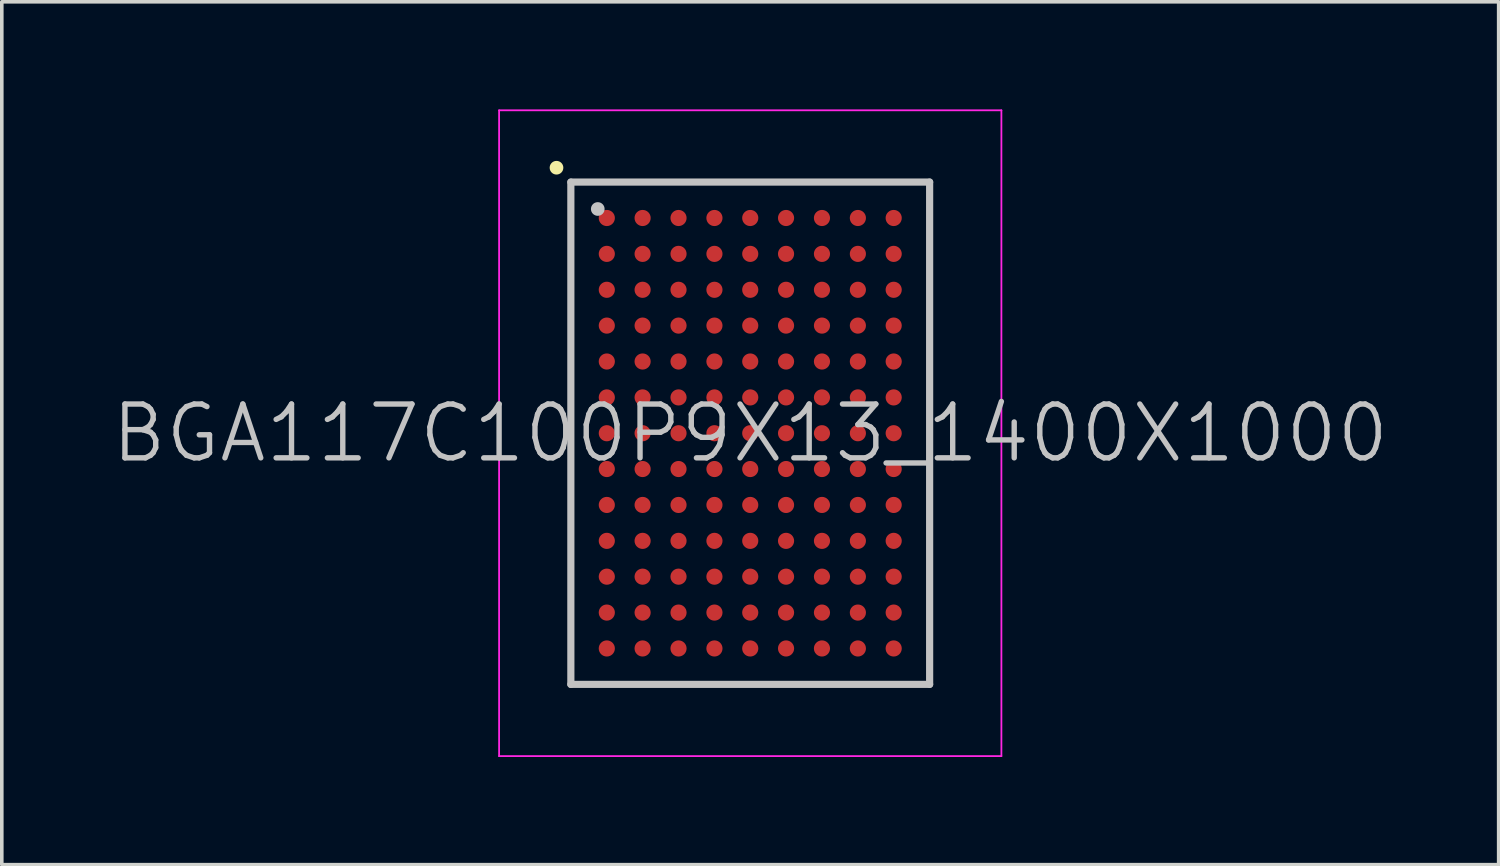
<source format=kicad_pcb>
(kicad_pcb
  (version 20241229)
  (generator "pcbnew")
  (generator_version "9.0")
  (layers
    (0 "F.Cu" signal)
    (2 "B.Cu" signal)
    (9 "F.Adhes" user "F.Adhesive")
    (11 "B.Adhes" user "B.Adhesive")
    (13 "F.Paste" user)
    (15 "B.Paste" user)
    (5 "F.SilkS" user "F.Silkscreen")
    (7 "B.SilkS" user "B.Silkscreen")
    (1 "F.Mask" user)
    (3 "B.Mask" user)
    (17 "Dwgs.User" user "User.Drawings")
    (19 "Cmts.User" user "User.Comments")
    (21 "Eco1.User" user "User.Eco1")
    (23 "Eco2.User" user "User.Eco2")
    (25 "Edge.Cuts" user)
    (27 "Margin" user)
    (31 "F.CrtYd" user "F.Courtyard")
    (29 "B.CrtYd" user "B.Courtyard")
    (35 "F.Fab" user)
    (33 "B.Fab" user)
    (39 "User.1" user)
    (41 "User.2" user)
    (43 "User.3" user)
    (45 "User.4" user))
  (footprint "BGA117C100P9X13_1400X1000"
    (layer "F.Cu")
    (at 17.861 9.025)
    (property "Reference" "BGA117C100P9X13_1400X1000" (at 0 0 0) (layer "Dwgs.User") (effects (font (size 1.5 1.5) (thickness 0.15))))
    (attr smd)
    (fp_line (start -5.4 -7.4) (end -5.4 -7.4) (stroke (width 0.381) (type solid)) (layer "F.SilkS"))
    (fp_line (start -5 -7) (end -5 7) (stroke (width 0.2) (type solid)) (layer "Dwgs.User"))
    (fp_line (start -5 -7) (end 5 -7) (stroke (width 0.2) (type solid)) (layer "Dwgs.User"))
    (fp_line (start -5 7) (end 5 7) (stroke (width 0.2) (type solid)) (layer "Dwgs.User"))
    (fp_line (start -4.25 -6.25) (end -4.25 -6.25) (stroke (width 0.381) (type solid)) (layer "Dwgs.User"))
    (fp_line (start 5 -7) (end 5 7) (stroke (width 0.2) (type solid)) (layer "Dwgs.User"))
    (fp_line (start -7 -9) (end -7 9) (stroke (width 0.05) (type solid)) (layer "F.CrtYd"))
    (fp_line (start -7 -9) (end 7 -9) (stroke (width 0.05) (type solid)) (layer "F.CrtYd"))
    (fp_line (start -7 9) (end 7 9) (stroke (width 0.05) (type solid)) (layer "F.CrtYd"))
    (fp_line (start 7 -9) (end 7 9) (stroke (width 0.05) (type solid)) (layer "F.CrtYd"))
    (pad "A1" smd circle (at -3.998 -5.999 270) (size 0.45 0.45) (layers "F.Cu" "F.Mask" "F.Paste"))
    (pad "A2" smd circle (at -3 -5.999 270) (size 0.45 0.45) (layers "F.Cu" "F.Mask" "F.Paste"))
    (pad "A3" smd circle (at -1.999 -5.999 270) (size 0.45 0.45) (layers "F.Cu" "F.Mask" "F.Paste"))
    (pad "A4" smd circle (at -0.998 -5.999 270) (size 0.45 0.45) (layers "F.Cu" "F.Mask" "F.Paste"))
    (pad "A5" smd circle (at 0 -5.999 270) (size 0.45 0.45) (layers "F.Cu" "F.Mask" "F.Paste"))
    (pad "A6" smd circle (at 0.998 -5.999 270) (size 0.45 0.45) (layers "F.Cu" "F.Mask" "F.Paste"))
    (pad "A7" smd circle (at 1.999 -5.999 270) (size 0.45 0.45) (layers "F.Cu" "F.Mask" "F.Paste"))
    (pad "A8" smd circle (at 3 -5.999 270) (size 0.45 0.45) (layers "F.Cu" "F.Mask" "F.Paste"))
    (pad "A9" smd circle (at 3.998 -5.999 270) (size 0.45 0.45) (layers "F.Cu" "F.Mask" "F.Paste"))
    (pad "B1" smd circle (at -3.998 -4.999 270) (size 0.45 0.45) (layers "F.Cu" "F.Mask" "F.Paste"))
    (pad "B2" smd circle (at -3 -4.999 270) (size 0.45 0.45) (layers "F.Cu" "F.Mask" "F.Paste"))
    (pad "B3" smd circle (at -1.999 -4.999 270) (size 0.45 0.45) (layers "F.Cu" "F.Mask" "F.Paste"))
    (pad "B4" smd circle (at -0.998 -4.999 270) (size 0.45 0.45) (layers "F.Cu" "F.Mask" "F.Paste"))
    (pad "B5" smd circle (at 0 -4.999 270) (size 0.45 0.45) (layers "F.Cu" "F.Mask" "F.Paste"))
    (pad "B6" smd circle (at 0.998 -4.999 270) (size 0.45 0.45) (layers "F.Cu" "F.Mask" "F.Paste"))
    (pad "B7" smd circle (at 1.999 -4.999 270) (size 0.45 0.45) (layers "F.Cu" "F.Mask" "F.Paste"))
    (pad "B8" smd circle (at 3 -4.999 270) (size 0.45 0.45) (layers "F.Cu" "F.Mask" "F.Paste"))
    (pad "B9" smd circle (at 3.998 -4.999 270) (size 0.45 0.45) (layers "F.Cu" "F.Mask" "F.Paste"))
    (pad "C1" smd circle (at -3.998 -3.998 270) (size 0.45 0.45) (layers "F.Cu" "F.Mask" "F.Paste"))
    (pad "C2" smd circle (at -3 -3.998 270) (size 0.45 0.45) (layers "F.Cu" "F.Mask" "F.Paste"))
    (pad "C3" smd circle (at -1.999 -3.998 270) (size 0.45 0.45) (layers "F.Cu" "F.Mask" "F.Paste"))
    (pad "C4" smd circle (at -0.998 -3.998 270) (size 0.45 0.45) (layers "F.Cu" "F.Mask" "F.Paste"))
    (pad "C5" smd circle (at 0 -3.998 270) (size 0.45 0.45) (layers "F.Cu" "F.Mask" "F.Paste"))
    (pad "C6" smd circle (at 0.998 -3.998 270) (size 0.45 0.45) (layers "F.Cu" "F.Mask" "F.Paste"))
    (pad "C7" smd circle (at 1.999 -3.998 270) (size 0.45 0.45) (layers "F.Cu" "F.Mask" "F.Paste"))
    (pad "C8" smd circle (at 3 -3.998 270) (size 0.45 0.45) (layers "F.Cu" "F.Mask" "F.Paste"))
    (pad "C9" smd circle (at 3.998 -3.998 270) (size 0.45 0.45) (layers "F.Cu" "F.Mask" "F.Paste"))
    (pad "D1" smd circle (at -3.998 -3 270) (size 0.45 0.45) (layers "F.Cu" "F.Mask" "F.Paste"))
    (pad "D2" smd circle (at -3 -3 270) (size 0.45 0.45) (layers "F.Cu" "F.Mask" "F.Paste"))
    (pad "D3" smd circle (at -1.999 -3 270) (size 0.45 0.45) (layers "F.Cu" "F.Mask" "F.Paste"))
    (pad "D4" smd circle (at -0.998 -3 270) (size 0.45 0.45) (layers "F.Cu" "F.Mask" "F.Paste"))
    (pad "D5" smd circle (at 0 -3 270) (size 0.45 0.45) (layers "F.Cu" "F.Mask" "F.Paste"))
    (pad "D6" smd circle (at 0.998 -3 270) (size 0.45 0.45) (layers "F.Cu" "F.Mask" "F.Paste"))
    (pad "D7" smd circle (at 1.999 -3 270) (size 0.45 0.45) (layers "F.Cu" "F.Mask" "F.Paste"))
    (pad "D8" smd circle (at 3 -3 270) (size 0.45 0.45) (layers "F.Cu" "F.Mask" "F.Paste"))
    (pad "D9" smd circle (at 3.998 -3 270) (size 0.45 0.45) (layers "F.Cu" "F.Mask" "F.Paste"))
    (pad "E1" smd circle (at -3.998 -1.999 270) (size 0.45 0.45) (layers "F.Cu" "F.Mask" "F.Paste"))
    (pad "E2" smd circle (at -3 -1.999 270) (size 0.45 0.45) (layers "F.Cu" "F.Mask" "F.Paste"))
    (pad "E3" smd circle (at -1.999 -1.999 270) (size 0.45 0.45) (layers "F.Cu" "F.Mask" "F.Paste"))
    (pad "E4" smd circle (at -0.998 -1.999 270) (size 0.45 0.45) (layers "F.Cu" "F.Mask" "F.Paste"))
    (pad "E5" smd circle (at 0 -1.999 270) (size 0.45 0.45) (layers "F.Cu" "F.Mask" "F.Paste"))
    (pad "E6" smd circle (at 0.998 -1.999 270) (size 0.45 0.45) (layers "F.Cu" "F.Mask" "F.Paste"))
    (pad "E7" smd circle (at 1.999 -1.999 270) (size 0.45 0.45) (layers "F.Cu" "F.Mask" "F.Paste"))
    (pad "E8" smd circle (at 3 -1.999 270) (size 0.45 0.45) (layers "F.Cu" "F.Mask" "F.Paste"))
    (pad "E9" smd circle (at 3.998 -1.999 270) (size 0.45 0.45) (layers "F.Cu" "F.Mask" "F.Paste"))
    (pad "F1" smd circle (at -3.998 -0.998 270) (size 0.45 0.45) (layers "F.Cu" "F.Mask" "F.Paste"))
    (pad "F2" smd circle (at -3 -0.998 270) (size 0.45 0.45) (layers "F.Cu" "F.Mask" "F.Paste"))
    (pad "F3" smd circle (at -1.999 -0.998 270) (size 0.45 0.45) (layers "F.Cu" "F.Mask" "F.Paste"))
    (pad "F4" smd circle (at -0.998 -0.998 270) (size 0.45 0.45) (layers "F.Cu" "F.Mask" "F.Paste"))
    (pad "F5" smd circle (at 0 -0.998 270) (size 0.45 0.45) (layers "F.Cu" "F.Mask" "F.Paste"))
    (pad "F6" smd circle (at 0.998 -0.998 270) (size 0.45 0.45) (layers "F.Cu" "F.Mask" "F.Paste"))
    (pad "F7" smd circle (at 1.999 -0.998 270) (size 0.45 0.45) (layers "F.Cu" "F.Mask" "F.Paste"))
    (pad "F8" smd circle (at 3 -0.998 270) (size 0.45 0.45) (layers "F.Cu" "F.Mask" "F.Paste"))
    (pad "F9" smd circle (at 3.998 -0.998 270) (size 0.45 0.45) (layers "F.Cu" "F.Mask" "F.Paste"))
    (pad "G1" smd circle (at -3.998 0 270) (size 0.45 0.45) (layers "F.Cu" "F.Mask" "F.Paste"))
    (pad "G2" smd circle (at -3 0 270) (size 0.45 0.45) (layers "F.Cu" "F.Mask" "F.Paste"))
    (pad "G3" smd circle (at -1.999 0 270) (size 0.45 0.45) (layers "F.Cu" "F.Mask" "F.Paste"))
    (pad "G4" smd circle (at -0.998 0 270) (size 0.45 0.45) (layers "F.Cu" "F.Mask" "F.Paste"))
    (pad "G5" smd circle (at 0 0 270) (size 0.45 0.45) (layers "F.Cu" "F.Mask" "F.Paste"))
    (pad "G6" smd circle (at 0.998 0 270) (size 0.45 0.45) (layers "F.Cu" "F.Mask" "F.Paste"))
    (pad "G7" smd circle (at 1.999 0 270) (size 0.45 0.45) (layers "F.Cu" "F.Mask" "F.Paste"))
    (pad "G8" smd circle (at 3 0 270) (size 0.45 0.45) (layers "F.Cu" "F.Mask" "F.Paste"))
    (pad "G9" smd circle (at 3.998 0 270) (size 0.45 0.45) (layers "F.Cu" "F.Mask" "F.Paste"))
    (pad "H1" smd circle (at -3.998 0.998 270) (size 0.45 0.45) (layers "F.Cu" "F.Mask" "F.Paste"))
    (pad "H2" smd circle (at -3 0.998 270) (size 0.45 0.45) (layers "F.Cu" "F.Mask" "F.Paste"))
    (pad "H3" smd circle (at -1.999 0.998 270) (size 0.45 0.45) (layers "F.Cu" "F.Mask" "F.Paste"))
    (pad "H4" smd circle (at -0.998 0.998 270) (size 0.45 0.45) (layers "F.Cu" "F.Mask" "F.Paste"))
    (pad "H5" smd circle (at 0 0.998 270) (size 0.45 0.45) (layers "F.Cu" "F.Mask" "F.Paste"))
    (pad "H6" smd circle (at 0.998 0.998 270) (size 0.45 0.45) (layers "F.Cu" "F.Mask" "F.Paste"))
    (pad "H7" smd circle (at 1.999 0.998 270) (size 0.45 0.45) (layers "F.Cu" "F.Mask" "F.Paste"))
    (pad "H8" smd circle (at 3 0.998 270) (size 0.45 0.45) (layers "F.Cu" "F.Mask" "F.Paste"))
    (pad "H9" smd circle (at 3.998 0.998 270) (size 0.45 0.45) (layers "F.Cu" "F.Mask" "F.Paste"))
    (pad "J1" smd circle (at -3.998 1.999 270) (size 0.45 0.45) (layers "F.Cu" "F.Mask" "F.Paste"))
    (pad "J2" smd circle (at -3 1.999 270) (size 0.45 0.45) (layers "F.Cu" "F.Mask" "F.Paste"))
    (pad "J3" smd circle (at -1.999 1.999 270) (size 0.45 0.45) (layers "F.Cu" "F.Mask" "F.Paste"))
    (pad "J4" smd circle (at -0.998 1.999 270) (size 0.45 0.45) (layers "F.Cu" "F.Mask" "F.Paste"))
    (pad "J5" smd circle (at 0 1.999 270) (size 0.45 0.45) (layers "F.Cu" "F.Mask" "F.Paste"))
    (pad "J6" smd circle (at 0.998 1.999 270) (size 0.45 0.45) (layers "F.Cu" "F.Mask" "F.Paste"))
    (pad "J7" smd circle (at 1.999 1.999 270) (size 0.45 0.45) (layers "F.Cu" "F.Mask" "F.Paste"))
    (pad "J8" smd circle (at 3 1.999 270) (size 0.45 0.45) (layers "F.Cu" "F.Mask" "F.Paste"))
    (pad "J9" smd circle (at 3.998 1.999 270) (size 0.45 0.45) (layers "F.Cu" "F.Mask" "F.Paste"))
    (pad "K1" smd circle (at -3.998 3 270) (size 0.45 0.45) (layers "F.Cu" "F.Mask" "F.Paste"))
    (pad "K2" smd circle (at -3 3 270) (size 0.45 0.45) (layers "F.Cu" "F.Mask" "F.Paste"))
    (pad "K3" smd circle (at -1.999 3 270) (size 0.45 0.45) (layers "F.Cu" "F.Mask" "F.Paste"))
    (pad "K4" smd circle (at -0.998 3 270) (size 0.45 0.45) (layers "F.Cu" "F.Mask" "F.Paste"))
    (pad "K5" smd circle (at 0 3 270) (size 0.45 0.45) (layers "F.Cu" "F.Mask" "F.Paste"))
    (pad "K6" smd circle (at 0.998 3 270) (size 0.45 0.45) (layers "F.Cu" "F.Mask" "F.Paste"))
    (pad "K7" smd circle (at 1.999 3 270) (size 0.45 0.45) (layers "F.Cu" "F.Mask" "F.Paste"))
    (pad "K8" smd circle (at 3 3 270) (size 0.45 0.45) (layers "F.Cu" "F.Mask" "F.Paste"))
    (pad "K9" smd circle (at 3.998 3 270) (size 0.45 0.45) (layers "F.Cu" "F.Mask" "F.Paste"))
    (pad "L1" smd circle (at -3.998 3.998 270) (size 0.45 0.45) (layers "F.Cu" "F.Mask" "F.Paste"))
    (pad "L2" smd circle (at -3 3.998 270) (size 0.45 0.45) (layers "F.Cu" "F.Mask" "F.Paste"))
    (pad "L3" smd circle (at -1.999 3.998 270) (size 0.45 0.45) (layers "F.Cu" "F.Mask" "F.Paste"))
    (pad "L4" smd circle (at -0.998 3.998 270) (size 0.45 0.45) (layers "F.Cu" "F.Mask" "F.Paste"))
    (pad "L5" smd circle (at 0 3.998 270) (size 0.45 0.45) (layers "F.Cu" "F.Mask" "F.Paste"))
    (pad "L6" smd circle (at 0.998 3.998 270) (size 0.45 0.45) (layers "F.Cu" "F.Mask" "F.Paste"))
    (pad "L7" smd circle (at 1.999 3.998 270) (size 0.45 0.45) (layers "F.Cu" "F.Mask" "F.Paste"))
    (pad "L8" smd circle (at 3 3.998 270) (size 0.45 0.45) (layers "F.Cu" "F.Mask" "F.Paste"))
    (pad "L9" smd circle (at 3.998 3.998 270) (size 0.45 0.45) (layers "F.Cu" "F.Mask" "F.Paste"))
    (pad "M1" smd circle (at -3.998 4.999 270) (size 0.45 0.45) (layers "F.Cu" "F.Mask" "F.Paste"))
    (pad "M2" smd circle (at -3 4.999 270) (size 0.45 0.45) (layers "F.Cu" "F.Mask" "F.Paste"))
    (pad "M3" smd circle (at -1.999 4.999 270) (size 0.45 0.45) (layers "F.Cu" "F.Mask" "F.Paste"))
    (pad "M4" smd circle (at -0.998 4.999 270) (size 0.45 0.45) (layers "F.Cu" "F.Mask" "F.Paste"))
    (pad "M5" smd circle (at 0 4.999 270) (size 0.45 0.45) (layers "F.Cu" "F.Mask" "F.Paste"))
    (pad "M6" smd circle (at 0.998 4.999 270) (size 0.45 0.45) (layers "F.Cu" "F.Mask" "F.Paste"))
    (pad "M7" smd circle (at 1.999 4.999 270) (size 0.45 0.45) (layers "F.Cu" "F.Mask" "F.Paste"))
    (pad "M8" smd circle (at 3 4.999 270) (size 0.45 0.45) (layers "F.Cu" "F.Mask" "F.Paste"))
    (pad "M9" smd circle (at 3.998 4.999 270) (size 0.45 0.45) (layers "F.Cu" "F.Mask" "F.Paste"))
    (pad "N1" smd circle (at -3.998 5.999 270) (size 0.45 0.45) (layers "F.Cu" "F.Mask" "F.Paste"))
    (pad "N2" smd circle (at -3 5.999 270) (size 0.45 0.45) (layers "F.Cu" "F.Mask" "F.Paste"))
    (pad "N3" smd circle (at -1.999 5.999 270) (size 0.45 0.45) (layers "F.Cu" "F.Mask" "F.Paste"))
    (pad "N4" smd circle (at -0.998 5.999 270) (size 0.45 0.45) (layers "F.Cu" "F.Mask" "F.Paste"))
    (pad "N5" smd circle (at 0 5.999 270) (size 0.45 0.45) (layers "F.Cu" "F.Mask" "F.Paste"))
    (pad "N6" smd circle (at 0.998 5.999 270) (size 0.45 0.45) (layers "F.Cu" "F.Mask" "F.Paste"))
    (pad "N7" smd circle (at 1.999 5.999 270) (size 0.45 0.45) (layers "F.Cu" "F.Mask" "F.Paste"))
    (pad "N8" smd circle (at 3 5.999 270) (size 0.45 0.45) (layers "F.Cu" "F.Mask" "F.Paste"))
    (pad "N9" smd circle (at 3.998 5.999 270) (size 0.45 0.45) (layers "F.Cu" "F.Mask" "F.Paste")))
  (gr_rect
    (start -3 -3)
    (end 38.721 21.05)
    (stroke (width 0.1) (type default))
    (fill no)
    (layer "Edge.Cuts")))
</source>
